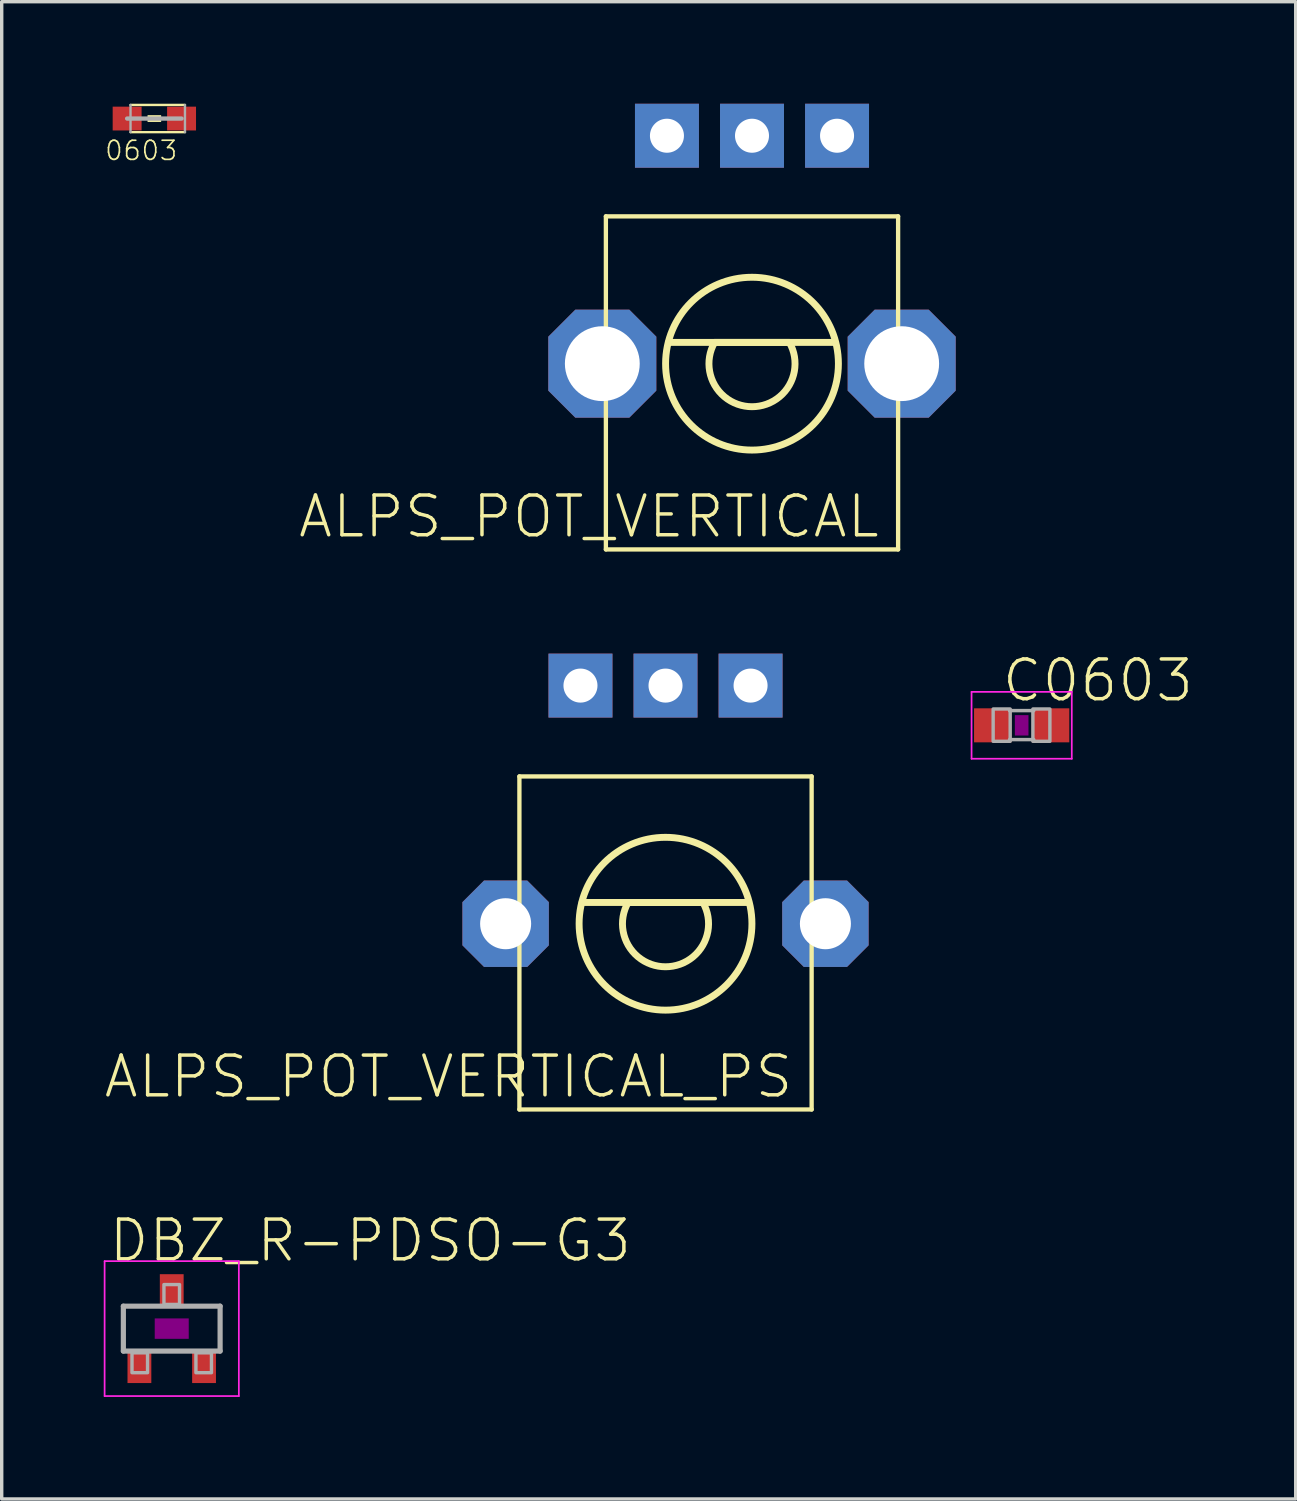
<source format=kicad_pcb>
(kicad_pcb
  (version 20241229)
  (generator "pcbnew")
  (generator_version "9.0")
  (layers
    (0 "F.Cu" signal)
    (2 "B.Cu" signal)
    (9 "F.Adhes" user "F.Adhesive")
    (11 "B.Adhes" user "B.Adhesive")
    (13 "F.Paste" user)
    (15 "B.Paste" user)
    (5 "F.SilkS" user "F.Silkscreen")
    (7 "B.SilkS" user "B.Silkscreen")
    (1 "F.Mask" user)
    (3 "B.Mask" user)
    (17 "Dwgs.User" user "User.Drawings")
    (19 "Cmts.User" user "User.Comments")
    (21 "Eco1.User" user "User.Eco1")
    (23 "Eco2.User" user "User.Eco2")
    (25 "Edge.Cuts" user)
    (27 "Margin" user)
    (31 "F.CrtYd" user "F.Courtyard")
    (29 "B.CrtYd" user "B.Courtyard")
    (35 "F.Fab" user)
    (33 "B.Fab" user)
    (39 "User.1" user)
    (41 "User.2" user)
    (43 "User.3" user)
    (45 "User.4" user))
  (footprint "ALPS_POT_VERTICAL"
    (layer "F.Cu")
    (at 19.055 7.64)
    (property "Reference" "ALPS_POT_VERTICAL" (at 3.81 3.81 0) (layer "F.SilkS") (effects (font (size 1.168 1.168) (thickness 0.102)) (justify right top)))
    (fp_line (start -4.295 -4.33) (end 4.295 -4.33) (stroke (width 0.127) (type solid)) (layer "F.SilkS"))
    (fp_line (start -4.295 5.46) (end -4.295 -4.33) (stroke (width 0.127) (type solid)) (layer "F.SilkS"))
    (fp_line (start -2.45 -0.625) (end 2.425 -0.625) (stroke (width 0.203) (type solid)) (layer "F.SilkS"))
    (fp_line (start -1.1 -0.625) (end 1.1 -0.625) (stroke (width 0.203) (type solid)) (layer "F.SilkS"))
    (fp_line (start 4.295 -4.33) (end 4.295 5.46) (stroke (width 0.127) (type solid)) (layer "F.SilkS"))
    (fp_line (start 4.295 5.46) (end -4.295 5.46) (stroke (width 0.127) (type solid)) (layer "F.SilkS"))
    (fp_arc (start 1.1 -0.625) (mid 0 1.265158) (end -1.1 -0.625) (stroke (width 0.2032) (type solid)) (layer "F.SilkS"))
    (fp_circle (center 0 0) (end 2.54 0) (stroke (width 0.203) (type solid)) (fill no) (layer "F.SilkS"))
    (pad "P$1" thru_hole rect (at -2.5 -6.7 270) (size 1.88 1.88) (drill 1) (layers "*.Cu" "*.Mask"))
    (pad "P$2" thru_hole rect (at 0 -6.7 270) (size 1.88 1.88) (drill 1) (layers "*.Cu" "*.Mask"))
    (pad "P$3" thru_hole rect (at 2.5 -6.7 270) (size 1.88 1.88) (drill 1) (layers "*.Cu" "*.Mask"))
    (pad "P$4" thru_hole roundrect (at -4.4 0 270) (size 3.175 3.175) (drill 2.2) (layers "*.Cu" "*.Mask") (roundrect_rratio 0.25) (chamfer_ratio 0.25) (chamfer top_left top_right bottom_left bottom_right))
    (pad "P$5" thru_hole roundrect (at 4.4 0 270) (size 3.175 3.175) (drill 2.2) (layers "*.Cu" "*.Mask") (roundrect_rratio 0.25) (chamfer_ratio 0.25) (chamfer top_left top_right bottom_left bottom_right)))
  (footprint "C0603"
    (layer "F.Cu")
    (at 26.982 18.271)
    (property "Reference" "C0603" (at -0.635 -0.635 0) (layer "F.SilkS") (effects (font (size 1.168 1.168) (thickness 0.102)) (justify left bottom)))
    (fp_poly (pts (xy -0.2 0.3) (xy 0.2 0.3) (xy 0.2 -0.3) (xy -0.2 -0.3)) (stroke (width 0) (type solid)) (fill yes) (layer "F.Adhes"))
    (fp_line (start -1.473 -0.983) (end 1.473 -0.983) (stroke (width 0.051) (type solid)) (layer "F.CrtYd"))
    (fp_line (start -1.473 0.983) (end -1.473 -0.983) (stroke (width 0.051) (type solid)) (layer "F.CrtYd"))
    (fp_line (start 1.473 -0.983) (end 1.473 0.983) (stroke (width 0.051) (type solid)) (layer "F.CrtYd"))
    (fp_line (start 1.473 0.983) (end -1.473 0.983) (stroke (width 0.051) (type solid)) (layer "F.CrtYd"))
    (fp_line (start -0.356 -0.432) (end 0.356 -0.432) (stroke (width 0.102) (type solid)) (layer "F.Fab"))
    (fp_line (start -0.356 0.419) (end 0.356 0.419) (stroke (width 0.102) (type solid)) (layer "F.Fab"))
    (fp_poly (pts (xy -0.838 0.47) (xy -0.338 0.47) (xy -0.338 -0.48) (xy -0.838 -0.48)) (stroke (width 0.1) (type solid)) (fill no) (layer "F.Fab"))
    (fp_poly (pts (xy 0.33 0.47) (xy 0.83 0.47) (xy 0.83 -0.48) (xy 0.33 -0.48)) (stroke (width 0.1) (type solid)) (fill no) (layer "F.Fab"))
    (pad "1" smd rect (at -0.85 0) (size 1.1 1) (layers "F.Cu" "F.Mask" "F.Paste"))
    (pad "2" smd rect (at 0.85 0) (size 1.1 1) (layers "F.Cu" "F.Mask" "F.Paste")))
  (footprint "0603"
    (layer "F.Cu")
    (at 1.587 0.435)
    (property "Reference" "0603" (at -1.587 1.27 0) (layer "F.SilkS") (effects (font (size 0.561 0.561) (thickness 0.049)) (justify left bottom)))
    (fp_line (start -0.8 -0.4) (end 0.8 -0.4) (stroke (width 0.07) (type solid)) (layer "F.SilkS"))
    (fp_line (start 0.8 0.4) (end -0.8 0.4) (stroke (width 0.07) (type solid)) (layer "F.SilkS"))
    (fp_poly (pts (xy -0.3 0.1) (xy 0.1 0.1) (xy 0.1 -0.1) (xy -0.3 -0.1)) (stroke (width 0) (type solid)) (fill yes) (layer "F.SilkS"))
    (fp_line (start -0.9 0) (end 0.7 0) (stroke (width 0.127) (type solid)) (layer "F.Fab"))
    (fp_line (start -0.8 0.4) (end -0.8 -0.4) (stroke (width 0.07) (type solid)) (layer "F.Fab"))
    (fp_line (start 0.8 -0.4) (end 0.8 0.4) (stroke (width 0.07) (type solid)) (layer "F.Fab"))
    (pad "1" smd rect (at -0.9 0) (size 0.85 0.7) (layers "F.Cu" "F.Mask" "F.Paste"))
    (pad "2" smd rect (at 0.7 0) (size 0.85 0.7) (layers "F.Cu" "F.Mask" "F.Paste")))
  (footprint "DBZ_R-PDSO-G3"
    (layer "F.Cu")
    (at 1.998 36.005)
    (property "Reference" "DBZ_R-PDSO-G3" (at -1.905 -1.905 0) (layer "F.SilkS") (effects (font (size 1.168 1.168) (thickness 0.102)) (justify left bottom)))
    (fp_poly (pts (xy -0.5 0.3) (xy 0.5 0.3) (xy 0.5 -0.3) (xy -0.5 -0.3)) (stroke (width 0) (type solid)) (fill yes) (layer "F.Adhes"))
    (fp_line (start -1.973 -1.983) (end 1.973 -1.983) (stroke (width 0.051) (type solid)) (layer "F.CrtYd"))
    (fp_line (start -1.973 1.983) (end -1.973 -1.983) (stroke (width 0.051) (type solid)) (layer "F.CrtYd"))
    (fp_line (start 1.973 -1.983) (end 1.973 1.983) (stroke (width 0.051) (type solid)) (layer "F.CrtYd"))
    (fp_line (start 1.973 1.983) (end -1.973 1.983) (stroke (width 0.051) (type solid)) (layer "F.CrtYd"))
    (fp_line (start -1.422 -0.66) (end 1.422 -0.66) (stroke (width 0.152) (type solid)) (layer "F.Fab"))
    (fp_line (start -1.422 0.66) (end -1.422 -0.66) (stroke (width 0.152) (type solid)) (layer "F.Fab"))
    (fp_line (start 1.422 -0.66) (end 1.422 0.66) (stroke (width 0.152) (type solid)) (layer "F.Fab"))
    (fp_line (start 1.422 0.66) (end -1.422 0.66) (stroke (width 0.152) (type solid)) (layer "F.Fab"))
    (fp_poly (pts (xy -1.168 1.295) (xy -0.711 1.295) (xy -0.711 0.711) (xy -1.168 0.711)) (stroke (width 0.1) (type solid)) (fill no) (layer "F.Fab"))
    (fp_poly (pts (xy -0.229 -0.711) (xy 0.229 -0.711) (xy 0.229 -1.295) (xy -0.229 -1.295)) (stroke (width 0.1) (type solid)) (fill no) (layer "F.Fab"))
    (fp_poly (pts (xy 0.711 1.295) (xy 1.168 1.295) (xy 1.168 0.711) (xy 0.711 0.711)) (stroke (width 0.1) (type solid)) (fill no) (layer "F.Fab"))
    (pad "1" smd rect (at -0.95 1.1) (size 0.7 1) (layers "F.Cu" "F.Mask" "F.Paste"))
    (pad "2" smd rect (at 0.95 1.1) (size 0.7 1) (layers "F.Cu" "F.Mask" "F.Paste"))
    (pad "3" smd rect (at 0 -1.1) (size 0.7 1) (layers "F.Cu" "F.Mask" "F.Paste")))
  (footprint "ALPS_POT_VERTICAL_PS"
    (layer "F.Cu")
    (at 16.513 24.103)
    (property "Reference" "ALPS_POT_VERTICAL_PS" (at 3.81 3.81 0) (layer "F.SilkS") (effects (font (size 1.168 1.168) (thickness 0.102)) (justify right top)))
    (fp_line (start -4.295 -4.33) (end 4.295 -4.33) (stroke (width 0.127) (type solid)) (layer "F.SilkS"))
    (fp_line (start -4.295 5.46) (end -4.295 -4.33) (stroke (width 0.127) (type solid)) (layer "F.SilkS"))
    (fp_line (start -2.45 -0.625) (end 2.425 -0.625) (stroke (width 0.203) (type solid)) (layer "F.SilkS"))
    (fp_line (start -1.1 -0.625) (end 1.1 -0.625) (stroke (width 0.203) (type solid)) (layer "F.SilkS"))
    (fp_line (start 4.295 -4.33) (end 4.295 5.46) (stroke (width 0.127) (type solid)) (layer "F.SilkS"))
    (fp_line (start 4.295 5.46) (end -4.295 5.46) (stroke (width 0.127) (type solid)) (layer "F.SilkS"))
    (fp_arc (start 1.1 -0.625) (mid 0 1.265158) (end -1.1 -0.625) (stroke (width 0.2032) (type solid)) (layer "F.SilkS"))
    (fp_circle (center 0 0) (end 2.54 0) (stroke (width 0.203) (type solid)) (fill no) (layer "F.SilkS"))
    (pad "P$1" thru_hole rect (at -2.5 -7 270) (size 1.88 1.88) (drill 1) (layers "*.Cu" "*.Mask"))
    (pad "P$2" thru_hole rect (at 0 -7 270) (size 1.88 1.88) (drill 1) (layers "*.Cu" "*.Mask"))
    (pad "P$3" thru_hole rect (at 2.5 -7 270) (size 1.88 1.88) (drill 1) (layers "*.Cu" "*.Mask"))
    (pad "P$4" thru_hole roundrect (at -4.7 0 270) (size 2.54 2.54) (drill 1.5) (layers "*.Cu" "*.Mask") (roundrect_rratio 0.25) (chamfer_ratio 0.25) (chamfer top_left top_right bottom_left bottom_right))
    (pad "P$5" thru_hole roundrect (at 4.7 0 270) (size 2.54 2.54) (drill 1.5) (layers "*.Cu" "*.Mask") (roundrect_rratio 0.25) (chamfer_ratio 0.25) (chamfer top_left top_right bottom_left bottom_right)))
  (gr_rect
    (start -3 -3)
    (end 35.037 41.013)
    (stroke (width 0.1) (type default))
    (fill no)
    (layer "Edge.Cuts")))
</source>
